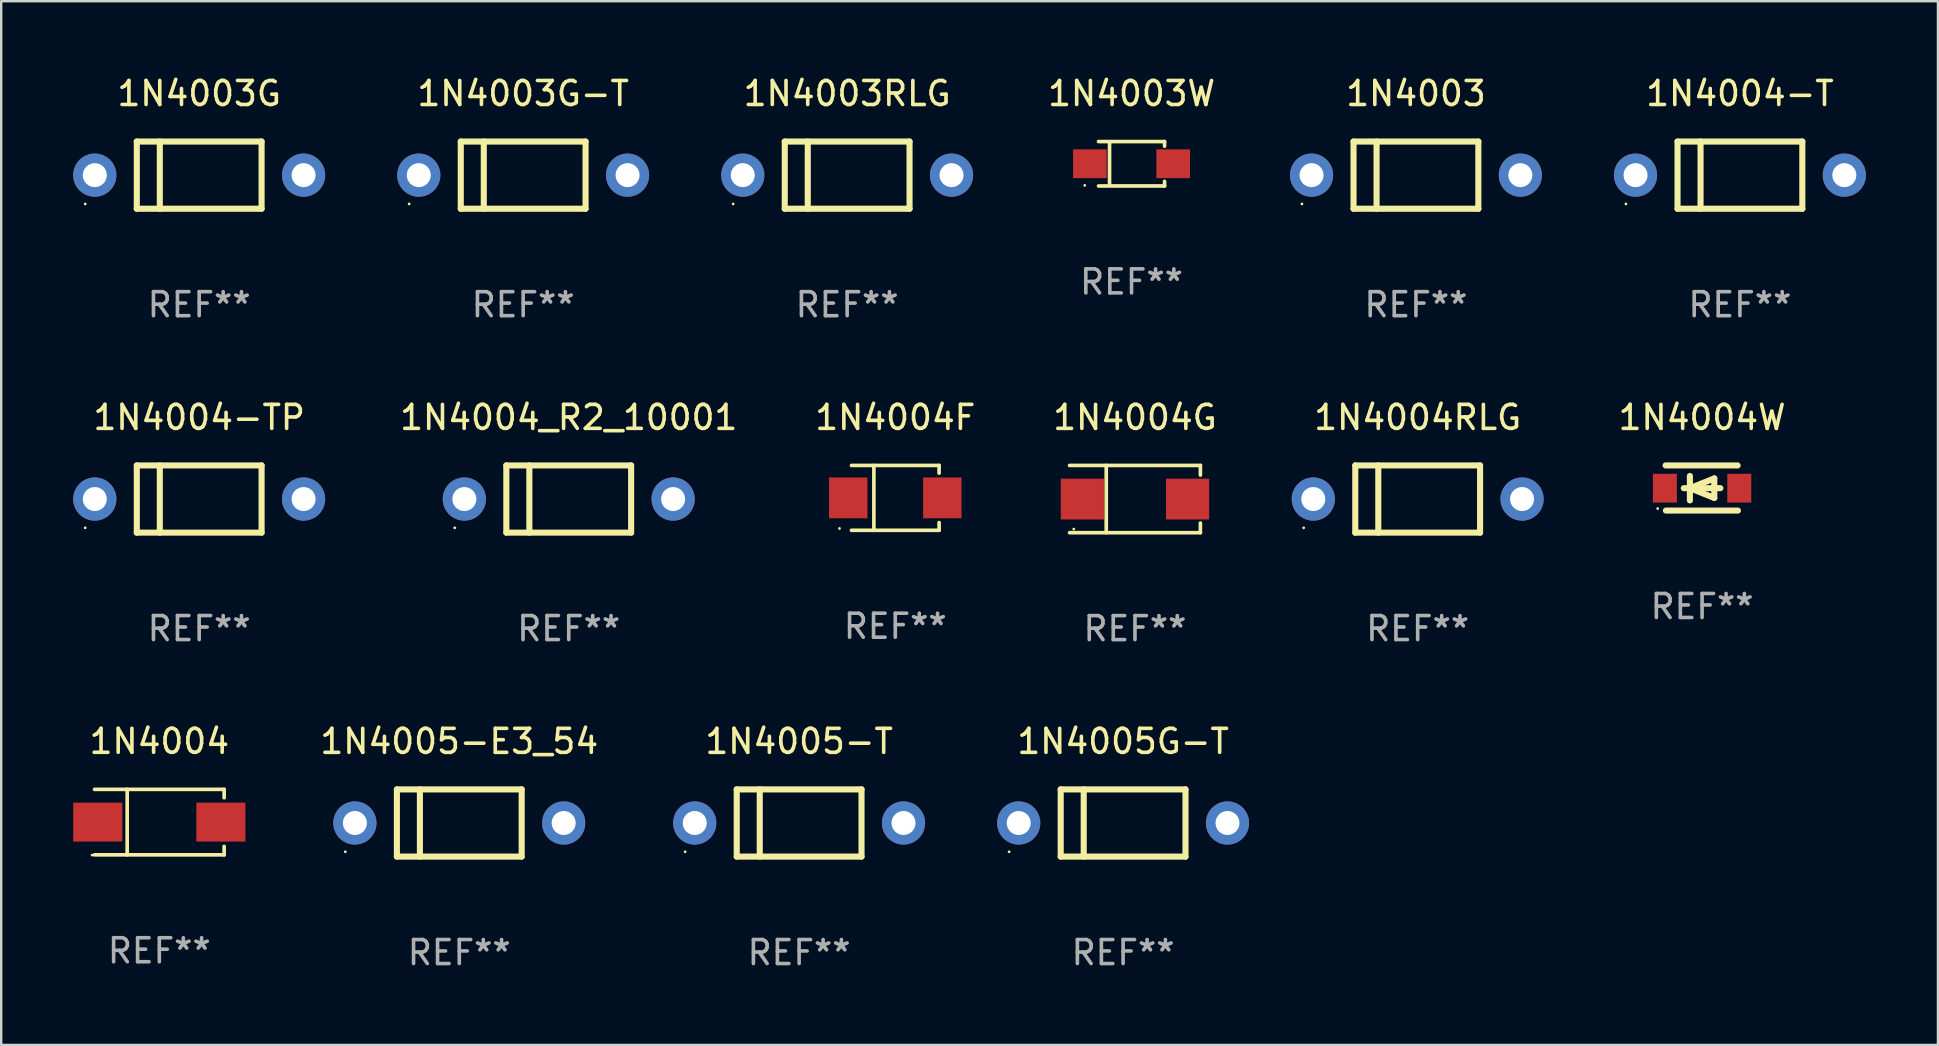
<source format=kicad_pcb>
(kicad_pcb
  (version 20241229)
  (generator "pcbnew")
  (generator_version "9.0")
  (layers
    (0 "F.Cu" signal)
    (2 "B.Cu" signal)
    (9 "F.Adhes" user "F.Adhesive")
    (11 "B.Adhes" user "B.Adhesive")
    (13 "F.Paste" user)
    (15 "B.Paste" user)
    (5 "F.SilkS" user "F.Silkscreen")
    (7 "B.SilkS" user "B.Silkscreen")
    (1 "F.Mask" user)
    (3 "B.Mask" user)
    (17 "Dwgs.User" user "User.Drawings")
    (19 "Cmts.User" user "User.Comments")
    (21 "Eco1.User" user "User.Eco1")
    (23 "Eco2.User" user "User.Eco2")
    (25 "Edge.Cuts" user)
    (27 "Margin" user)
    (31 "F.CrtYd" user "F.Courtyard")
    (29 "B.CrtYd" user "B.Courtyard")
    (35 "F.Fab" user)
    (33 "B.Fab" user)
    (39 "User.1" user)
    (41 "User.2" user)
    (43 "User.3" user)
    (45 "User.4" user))
  (footprint "1N4005G-T"
    (layer "F.Cu")
    (at 43.749 31.244)
    (property "Reference" "1N4005G-T" (at 0 -3.4 0) (layer "F.SilkS") (effects (font (size 1 1) (thickness 0.15))))
    (attr through_hole)
    (fp_line (start -2.6 -1.4) (end -2.6 1.4) (stroke (width 0.254) (type solid)) (layer "F.SilkS"))
    (fp_line (start -2.6 -1.4) (end 2.6 -1.4) (stroke (width 0.254) (type solid)) (layer "F.SilkS"))
    (fp_line (start -2.6 1.4) (end 2.6 1.4) (stroke (width 0.254) (type solid)) (layer "F.SilkS"))
    (fp_line (start -1.641 -1.4) (end -1.641 1.4) (stroke (width 0.254) (type solid)) (layer "F.SilkS"))
    (fp_line (start 2.6 -1.4) (end 2.6 1.4) (stroke (width 0.254) (type solid)) (layer "F.SilkS"))
    (fp_circle (center -4.75 1.2) (end -4.72 1.2) (stroke (width 0.06) (type solid)) (fill no) (layer "F.SilkS"))
    (fp_text user "REF**" (at 0 5.4 0) (layer "F.Fab") (effects (font (size 1 1) (thickness 0.15))))
    (pad "1" thru_hole circle (at -4.35 0) (size 1.8 1.8) (drill 1) (layers "*.Cu" "*.Mask"))
    (pad "2" thru_hole circle (at 4.35 0) (size 1.8 1.8) (drill 1) (layers "*.Cu" "*.Mask")))
  (footprint "1N4004_R2_10001"
    (layer "F.Cu")
    (at 20.649 17.745)
    (property "Reference" "1N4004_R2_10001" (at 0 -3.4 0) (layer "F.SilkS") (effects (font (size 1 1) (thickness 0.15))))
    (attr through_hole)
    (fp_line (start -2.6 -1.4) (end -2.6 1.4) (stroke (width 0.254) (type solid)) (layer "F.SilkS"))
    (fp_line (start -2.6 -1.4) (end 2.6 -1.4) (stroke (width 0.254) (type solid)) (layer "F.SilkS"))
    (fp_line (start -2.6 1.4) (end 2.6 1.4) (stroke (width 0.254) (type solid)) (layer "F.SilkS"))
    (fp_line (start -1.641 -1.4) (end -1.641 1.4) (stroke (width 0.254) (type solid)) (layer "F.SilkS"))
    (fp_line (start 2.6 -1.4) (end 2.6 1.4) (stroke (width 0.254) (type solid)) (layer "F.SilkS"))
    (fp_circle (center -4.75 1.2) (end -4.72 1.2) (stroke (width 0.06) (type solid)) (fill no) (layer "F.SilkS"))
    (fp_text user "REF**" (at 0 5.4 0) (layer "F.Fab") (effects (font (size 1 1) (thickness 0.15))))
    (pad "1" thru_hole circle (at -4.35 0) (size 1.8 1.8) (drill 1) (layers "*.Cu" "*.Mask"))
    (pad "2" thru_hole circle (at 4.35 0) (size 1.8 1.8) (drill 1) (layers "*.Cu" "*.Mask")))
  (footprint "1N4004RLG"
    (layer "F.Cu")
    (at 56.024 17.745)
    (property "Reference" "1N4004RLG" (at 0 -3.4 0) (layer "F.SilkS") (effects (font (size 1 1) (thickness 0.15))))
    (attr through_hole)
    (fp_line (start -2.6 -1.4) (end -2.6 1.4) (stroke (width 0.254) (type solid)) (layer "F.SilkS"))
    (fp_line (start -2.6 -1.4) (end 2.6 -1.4) (stroke (width 0.254) (type solid)) (layer "F.SilkS"))
    (fp_line (start -2.6 1.4) (end 2.6 1.4) (stroke (width 0.254) (type solid)) (layer "F.SilkS"))
    (fp_line (start -1.641 -1.4) (end -1.641 1.4) (stroke (width 0.254) (type solid)) (layer "F.SilkS"))
    (fp_line (start 2.6 -1.4) (end 2.6 1.4) (stroke (width 0.254) (type solid)) (layer "F.SilkS"))
    (fp_circle (center -4.75 1.2) (end -4.72 1.2) (stroke (width 0.06) (type solid)) (fill no) (layer "F.SilkS"))
    (fp_text user "REF**" (at 0 5.4 0) (layer "F.Fab") (effects (font (size 1 1) (thickness 0.15))))
    (pad "1" thru_hole circle (at -4.35 0) (size 1.8 1.8) (drill 1) (layers "*.Cu" "*.Mask"))
    (pad "2" thru_hole circle (at 4.35 0) (size 1.8 1.8) (drill 1) (layers "*.Cu" "*.Mask")))
  (footprint "1N4004-TP"
    (layer "F.Cu")
    (at 5.25 17.745)
    (property "Reference" "1N4004-TP" (at 0 -3.4 0) (layer "F.SilkS") (effects (font (size 1 1) (thickness 0.15))))
    (attr through_hole)
    (fp_line (start -2.6 -1.4) (end -2.6 1.4) (stroke (width 0.254) (type solid)) (layer "F.SilkS"))
    (fp_line (start -2.6 -1.4) (end 2.6 -1.4) (stroke (width 0.254) (type solid)) (layer "F.SilkS"))
    (fp_line (start -2.6 1.4) (end 2.6 1.4) (stroke (width 0.254) (type solid)) (layer "F.SilkS"))
    (fp_line (start -1.641 -1.4) (end -1.641 1.4) (stroke (width 0.254) (type solid)) (layer "F.SilkS"))
    (fp_line (start 2.6 -1.4) (end 2.6 1.4) (stroke (width 0.254) (type solid)) (layer "F.SilkS"))
    (fp_circle (center -4.75 1.2) (end -4.72 1.2) (stroke (width 0.06) (type solid)) (fill no) (layer "F.SilkS"))
    (fp_text user "REF**" (at 0 5.4 0) (layer "F.Fab") (effects (font (size 1 1) (thickness 0.15))))
    (pad "1" thru_hole circle (at -4.35 0) (size 1.8 1.8) (drill 1) (layers "*.Cu" "*.Mask"))
    (pad "2" thru_hole circle (at 4.35 0) (size 1.8 1.8) (drill 1) (layers "*.Cu" "*.Mask")))
  (footprint "1N4003RLG"
    (layer "F.Cu")
    (at 32.25 4.248)
    (property "Reference" "1N4003RLG" (at 0 -3.4 0) (layer "F.SilkS") (effects (font (size 1 1) (thickness 0.15))))
    (attr through_hole)
    (fp_line (start -2.6 -1.4) (end -2.6 1.4) (stroke (width 0.254) (type solid)) (layer "F.SilkS"))
    (fp_line (start -2.6 -1.4) (end 2.6 -1.4) (stroke (width 0.254) (type solid)) (layer "F.SilkS"))
    (fp_line (start -2.6 1.4) (end 2.6 1.4) (stroke (width 0.254) (type solid)) (layer "F.SilkS"))
    (fp_line (start -1.641 -1.4) (end -1.641 1.4) (stroke (width 0.254) (type solid)) (layer "F.SilkS"))
    (fp_line (start 2.6 -1.4) (end 2.6 1.4) (stroke (width 0.254) (type solid)) (layer "F.SilkS"))
    (fp_circle (center -4.75 1.2) (end -4.72 1.2) (stroke (width 0.06) (type solid)) (fill no) (layer "F.SilkS"))
    (fp_text user "REF**" (at 0 5.4 0) (layer "F.Fab") (effects (font (size 1 1) (thickness 0.15))))
    (pad "1" thru_hole circle (at -4.35 0) (size 1.8 1.8) (drill 1) (layers "*.Cu" "*.Mask"))
    (pad "2" thru_hole circle (at 4.35 0) (size 1.8 1.8) (drill 1) (layers "*.Cu" "*.Mask")))
  (footprint "1N4003G"
    (layer "F.Cu")
    (at 5.25 4.248)
    (property "Reference" "1N4003G" (at 0 -3.4 0) (layer "F.SilkS") (effects (font (size 1 1) (thickness 0.15))))
    (attr through_hole)
    (fp_line (start -2.6 -1.4) (end -2.6 1.4) (stroke (width 0.254) (type solid)) (layer "F.SilkS"))
    (fp_line (start -2.6 -1.4) (end 2.6 -1.4) (stroke (width 0.254) (type solid)) (layer "F.SilkS"))
    (fp_line (start -2.6 1.4) (end 2.6 1.4) (stroke (width 0.254) (type solid)) (layer "F.SilkS"))
    (fp_line (start -1.641 -1.4) (end -1.641 1.4) (stroke (width 0.254) (type solid)) (layer "F.SilkS"))
    (fp_line (start 2.6 -1.4) (end 2.6 1.4) (stroke (width 0.254) (type solid)) (layer "F.SilkS"))
    (fp_circle (center -4.75 1.2) (end -4.72 1.2) (stroke (width 0.06) (type solid)) (fill no) (layer "F.SilkS"))
    (fp_text user "REF**" (at 0 5.4 0) (layer "F.Fab") (effects (font (size 1 1) (thickness 0.15))))
    (pad "1" thru_hole circle (at -4.35 0) (size 1.8 1.8) (drill 1) (layers "*.Cu" "*.Mask"))
    (pad "2" thru_hole circle (at 4.35 0) (size 1.8 1.8) (drill 1) (layers "*.Cu" "*.Mask")))
  (footprint "1N4004"
    (layer "F.Cu")
    (at 3.589 31.207)
    (property "Reference" "1N4004" (at 0 -3.364 0) (layer "F.SilkS") (effects (font (size 1 1) (thickness 0.15))))
    (attr through_hole)
    (fp_line (start -2.701 -1.364) (end 2.701 -1.364) (stroke (width 0.152) (type solid)) (layer "F.SilkS"))
    (fp_line (start -2.701 1.364) (end 2.701 1.364) (stroke (width 0.152) (type solid)) (layer "F.SilkS"))
    (fp_line (start -1.339 -1.364) (end -1.339 1.364) (stroke (width 0.152) (type solid)) (layer "F.SilkS"))
    (fp_line (start 2.701 -1.364) (end 2.701 -1.013) (stroke (width 0.152) (type solid)) (layer "F.SilkS"))
    (fp_line (start 2.701 1.364) (end 2.701 1.013) (stroke (width 0.152) (type solid)) (layer "F.SilkS"))
    (fp_circle (center -2.8 1.375) (end -2.77 1.375) (stroke (width 0.06) (type solid)) (fill no) (layer "F.SilkS"))
    (fp_text user "REF**" (at 0 5.364 0) (layer "F.Fab") (effects (font (size 1 1) (thickness 0.15))))
    (pad "1" smd rect (at -2.565 -0.000025) (size 2.046 1.62) (layers "F.Cu" "F.Mask" "F.Paste"))
    (pad "2" smd rect (at 2.565 -0.000025) (size 2.046 1.62) (layers "F.Cu" "F.Mask" "F.Paste")))
  (footprint "1N4004-T"
    (layer "F.Cu")
    (at 69.452 4.248)
    (property "Reference" "1N4004-T" (at 0 -3.4 0) (layer "F.SilkS") (effects (font (size 1 1) (thickness 0.15))))
    (attr through_hole)
    (fp_line (start -2.6 -1.4) (end -2.6 1.4) (stroke (width 0.254) (type solid)) (layer "F.SilkS"))
    (fp_line (start -2.6 -1.4) (end 2.6 -1.4) (stroke (width 0.254) (type solid)) (layer "F.SilkS"))
    (fp_line (start -2.6 1.4) (end 2.6 1.4) (stroke (width 0.254) (type solid)) (layer "F.SilkS"))
    (fp_line (start -1.641 -1.4) (end -1.641 1.4) (stroke (width 0.254) (type solid)) (layer "F.SilkS"))
    (fp_line (start 2.6 -1.4) (end 2.6 1.4) (stroke (width 0.254) (type solid)) (layer "F.SilkS"))
    (fp_circle (center -4.75 1.2) (end -4.72 1.2) (stroke (width 0.06) (type solid)) (fill no) (layer "F.SilkS"))
    (fp_text user "REF**" (at 0 5.4 0) (layer "F.Fab") (effects (font (size 1 1) (thickness 0.15))))
    (pad "1" thru_hole circle (at -4.35 0) (size 1.8 1.8) (drill 1) (layers "*.Cu" "*.Mask"))
    (pad "2" thru_hole circle (at 4.35 0) (size 1.8 1.8) (drill 1) (layers "*.Cu" "*.Mask")))
  (footprint "1N4003"
    (layer "F.Cu")
    (at 55.952 4.248)
    (property "Reference" "1N4003" (at 0 -3.4 0) (layer "F.SilkS") (effects (font (size 1 1) (thickness 0.15))))
    (attr through_hole)
    (fp_line (start -2.6 -1.4) (end -2.6 1.4) (stroke (width 0.254) (type solid)) (layer "F.SilkS"))
    (fp_line (start -2.6 -1.4) (end 2.6 -1.4) (stroke (width 0.254) (type solid)) (layer "F.SilkS"))
    (fp_line (start -2.6 1.4) (end 2.6 1.4) (stroke (width 0.254) (type solid)) (layer "F.SilkS"))
    (fp_line (start -1.641 -1.4) (end -1.641 1.4) (stroke (width 0.254) (type solid)) (layer "F.SilkS"))
    (fp_line (start 2.6 -1.4) (end 2.6 1.4) (stroke (width 0.254) (type solid)) (layer "F.SilkS"))
    (fp_circle (center -4.75 1.2) (end -4.72 1.2) (stroke (width 0.06) (type solid)) (fill no) (layer "F.SilkS"))
    (fp_text user "REF**" (at 0 5.4 0) (layer "F.Fab") (effects (font (size 1 1) (thickness 0.15))))
    (pad "1" thru_hole circle (at -4.35 0) (size 1.8 1.8) (drill 1) (layers "*.Cu" "*.Mask"))
    (pad "2" thru_hole circle (at 4.35 0) (size 1.8 1.8) (drill 1) (layers "*.Cu" "*.Mask")))
  (footprint "1N4004W"
    (layer "F.Cu")
    (at 67.875 17.285)
    (property "Reference" "1N4004W" (at 0 -2.94 0) (layer "F.SilkS") (effects (font (size 1 1) (thickness 0.15))))
    (attr through_hole)
    (fp_line (start -1.52 -0.94) (end 1.48 -0.94) (stroke (width 0.254) (type solid)) (layer "F.SilkS"))
    (fp_line (start -1.507 0.94) (end 1.493 0.94) (stroke (width 0.254) (type solid)) (layer "F.SilkS"))
    (fp_line (start -0.762 0.007) (end 0.762 0.007) (stroke (width 0.254) (type solid)) (layer "F.SilkS"))
    (fp_line (start -0.508 -0.501) (end -0.508 0.515) (stroke (width 0.254) (type solid)) (layer "F.SilkS"))
    (fp_line (start -0.508 0.007) (end 0.508 -0.4) (stroke (width 0.254) (type solid)) (layer "F.SilkS"))
    (fp_line (start 0.508 -0.4) (end 0.508 0.413) (stroke (width 0.254) (type solid)) (layer "F.SilkS"))
    (fp_line (start 0.508 0.413) (end -0.508 0.007) (stroke (width 0.254) (type solid)) (layer "F.SilkS"))
    (fp_circle (center -1.85 0.857) (end -1.82 0.857) (stroke (width 0.06) (type solid)) (fill no) (layer "F.SilkS"))
    (fp_text user "REF**" (at 0 4.94 0) (layer "F.Fab") (effects (font (size 1 1) (thickness 0.15))))
    (pad "1" smd rect (at -1.55 0.007) (size 1 1.2) (layers "F.Cu" "F.Mask" "F.Paste"))
    (pad "2" smd rect (at 1.55 0.007) (size 1 1.2) (layers "F.Cu" "F.Mask" "F.Paste")))
  (footprint "1N4003W"
    (layer "F.Cu")
    (at 44.101 3.774)
    (property "Reference" "1N4003W" (at 0 -2.926 0) (layer "F.SilkS") (effects (font (size 1 1) (thickness 0.15))))
    (attr through_hole)
    (fp_line (start -1.376 -0.926) (end 1.376 -0.926) (stroke (width 0.152) (type solid)) (layer "F.SilkS"))
    (fp_line (start -1.376 0.926) (end 1.376 0.926) (stroke (width 0.152) (type solid)) (layer "F.SilkS"))
    (fp_line (start -0.917 -0.876) (end -0.917 0.876) (stroke (width 0.152) (type solid)) (layer "F.SilkS"))
    (fp_line (start 1.376 -0.926) (end 1.376 -0.733) (stroke (width 0.152) (type solid)) (layer "F.SilkS"))
    (fp_line (start 1.376 0.926) (end 1.376 0.733) (stroke (width 0.152) (type solid)) (layer "F.SilkS"))
    (fp_circle (center -1.95 0.9) (end -1.92 0.9) (stroke (width 0.06) (type solid)) (fill no) (layer "F.SilkS"))
    (fp_text user "REF**" (at 0 4.926 0) (layer "F.Fab") (effects (font (size 1 1) (thickness 0.15))))
    (pad "1" smd rect (at -1.735 0) (size 1.4 1.2) (layers "F.Cu" "F.Mask" "F.Paste"))
    (pad "2" smd rect (at 1.735 0) (size 1.4 1.2) (layers "F.Cu" "F.Mask" "F.Paste")))
  (footprint "1N4003G-T"
    (layer "F.Cu")
    (at 18.75 4.248)
    (property "Reference" "1N4003G-T" (at 0 -3.4 0) (layer "F.SilkS") (effects (font (size 1 1) (thickness 0.15))))
    (attr through_hole)
    (fp_line (start -2.6 -1.4) (end -2.6 1.4) (stroke (width 0.254) (type solid)) (layer "F.SilkS"))
    (fp_line (start -2.6 -1.4) (end 2.6 -1.4) (stroke (width 0.254) (type solid)) (layer "F.SilkS"))
    (fp_line (start -2.6 1.4) (end 2.6 1.4) (stroke (width 0.254) (type solid)) (layer "F.SilkS"))
    (fp_line (start -1.641 -1.4) (end -1.641 1.4) (stroke (width 0.254) (type solid)) (layer "F.SilkS"))
    (fp_line (start 2.6 -1.4) (end 2.6 1.4) (stroke (width 0.254) (type solid)) (layer "F.SilkS"))
    (fp_circle (center -4.75 1.2) (end -4.72 1.2) (stroke (width 0.06) (type solid)) (fill no) (layer "F.SilkS"))
    (fp_text user "REF**" (at 0 5.4 0) (layer "F.Fab") (effects (font (size 1 1) (thickness 0.15))))
    (pad "1" thru_hole circle (at -4.35 0) (size 1.8 1.8) (drill 1) (layers "*.Cu" "*.Mask"))
    (pad "2" thru_hole circle (at 4.35 0) (size 1.8 1.8) (drill 1) (layers "*.Cu" "*.Mask")))
  (footprint "1N4004G"
    (layer "F.Cu")
    (at 44.244 17.746)
    (property "Reference" "1N4004G" (at 0 -3.401 0) (layer "F.SilkS") (effects (font (size 1 1) (thickness 0.15))))
    (attr through_hole)
    (fp_line (start -2.726 -1.401) (end 2.726 -1.401) (stroke (width 0.152) (type solid)) (layer "F.SilkS"))
    (fp_line (start -2.726 1.401) (end 2.726 1.401) (stroke (width 0.152) (type solid)) (layer "F.SilkS"))
    (fp_line (start -1.197 -1.401) (end -1.197 1.401) (stroke (width 0.152) (type solid)) (layer "F.SilkS"))
    (fp_line (start 2.726 -1.401) (end 2.726 -1) (stroke (width 0.152) (type solid)) (layer "F.SilkS"))
    (fp_line (start 2.726 1.401) (end 2.726 1) (stroke (width 0.152) (type solid)) (layer "F.SilkS"))
    (fp_circle (center -2.55 1.25) (end -2.52 1.25) (stroke (width 0.06) (type solid)) (fill no) (layer "F.SilkS"))
    (fp_text user "REF**" (at 0 5.401 0) (layer "F.Fab") (effects (font (size 1 1) (thickness 0.15))))
    (pad "1" smd rect (at -2.192 0) (size 1.8 1.7) (layers "F.Cu" "F.Mask" "F.Paste"))
    (pad "2" smd rect (at 2.192 0) (size 1.8 1.7) (layers "F.Cu" "F.Mask" "F.Paste")))
  (footprint "1N4004F"
    (layer "F.Cu")
    (at 34.256 17.696)
    (property "Reference" "1N4004F" (at 0 -3.351 0) (layer "F.SilkS") (effects (font (size 1 1) (thickness 0.15))))
    (attr through_hole)
    (fp_line (start -1.826 -1.351) (end 1.826 -1.351) (stroke (width 0.152) (type solid)) (layer "F.SilkS"))
    (fp_line (start -1.826 1.351) (end 1.826 1.351) (stroke (width 0.152) (type solid)) (layer "F.SilkS"))
    (fp_line (start -0.892 -1.351) (end -0.892 1.351) (stroke (width 0.152) (type solid)) (layer "F.SilkS"))
    (fp_line (start 1.826 -1.351) (end 1.826 -1.03) (stroke (width 0.152) (type solid)) (layer "F.SilkS"))
    (fp_line (start 1.826 1.03) (end 1.826 1.351) (stroke (width 0.152) (type solid)) (layer "F.SilkS"))
    (fp_circle (center -2.325 1.275) (end -2.295 1.275) (stroke (width 0.06) (type solid)) (fill no) (layer "F.SilkS"))
    (fp_text user "REF**" (at 0 5.351 0) (layer "F.Fab") (effects (font (size 1 1) (thickness 0.15))))
    (pad "1" smd rect (at -1.96 0 180) (size 1.6 1.7) (layers "F.Cu" "F.Mask" "F.Paste"))
    (pad "2" smd rect (at 1.96 0 180) (size 1.6 1.7) (layers "F.Cu" "F.Mask" "F.Paste")))
  (footprint "1N4005-T"
    (layer "F.Cu")
    (at 30.249 31.244)
    (property "Reference" "1N4005-T" (at 0 -3.4 0) (layer "F.SilkS") (effects (font (size 1 1) (thickness 0.15))))
    (attr through_hole)
    (fp_line (start -2.6 -1.4) (end -2.6 1.4) (stroke (width 0.254) (type solid)) (layer "F.SilkS"))
    (fp_line (start -2.6 -1.4) (end 2.6 -1.4) (stroke (width 0.254) (type solid)) (layer "F.SilkS"))
    (fp_line (start -2.6 1.4) (end 2.6 1.4) (stroke (width 0.254) (type solid)) (layer "F.SilkS"))
    (fp_line (start -1.641 -1.4) (end -1.641 1.4) (stroke (width 0.254) (type solid)) (layer "F.SilkS"))
    (fp_line (start 2.6 -1.4) (end 2.6 1.4) (stroke (width 0.254) (type solid)) (layer "F.SilkS"))
    (fp_circle (center -4.75 1.2) (end -4.72 1.2) (stroke (width 0.06) (type solid)) (fill no) (layer "F.SilkS"))
    (fp_text user "REF**" (at 0 5.4 0) (layer "F.Fab") (effects (font (size 1 1) (thickness 0.15))))
    (pad "1" thru_hole circle (at -4.35 0) (size 1.8 1.8) (drill 1) (layers "*.Cu" "*.Mask"))
    (pad "2" thru_hole circle (at 4.35 0) (size 1.8 1.8) (drill 1) (layers "*.Cu" "*.Mask")))
  (footprint "1N4005-E3_54"
    (layer "F.Cu")
    (at 16.088 31.244)
    (property "Reference" "1N4005-E3_54" (at 0 -3.4 0) (layer "F.SilkS") (effects (font (size 1 1) (thickness 0.15))))
    (attr through_hole)
    (fp_line (start -2.6 -1.4) (end -2.6 1.4) (stroke (width 0.254) (type solid)) (layer "F.SilkS"))
    (fp_line (start -2.6 -1.4) (end 2.6 -1.4) (stroke (width 0.254) (type solid)) (layer "F.SilkS"))
    (fp_line (start -2.6 1.4) (end 2.6 1.4) (stroke (width 0.254) (type solid)) (layer "F.SilkS"))
    (fp_line (start -1.641 -1.4) (end -1.641 1.4) (stroke (width 0.254) (type solid)) (layer "F.SilkS"))
    (fp_line (start 2.6 -1.4) (end 2.6 1.4) (stroke (width 0.254) (type solid)) (layer "F.SilkS"))
    (fp_circle (center -4.75 1.2) (end -4.72 1.2) (stroke (width 0.06) (type solid)) (fill no) (layer "F.SilkS"))
    (fp_text user "REF**" (at 0 5.4 0) (layer "F.Fab") (effects (font (size 1 1) (thickness 0.15))))
    (pad "1" thru_hole circle (at -4.35 0) (size 1.8 1.8) (drill 1) (layers "*.Cu" "*.Mask"))
    (pad "2" thru_hole circle (at 4.35 0) (size 1.8 1.8) (drill 1) (layers "*.Cu" "*.Mask")))
  (gr_rect
    (start -3 -3)
    (end 77.703 40.492)
    (stroke (width 0.1) (type default))
    (fill no)
    (layer "Edge.Cuts")))
</source>
